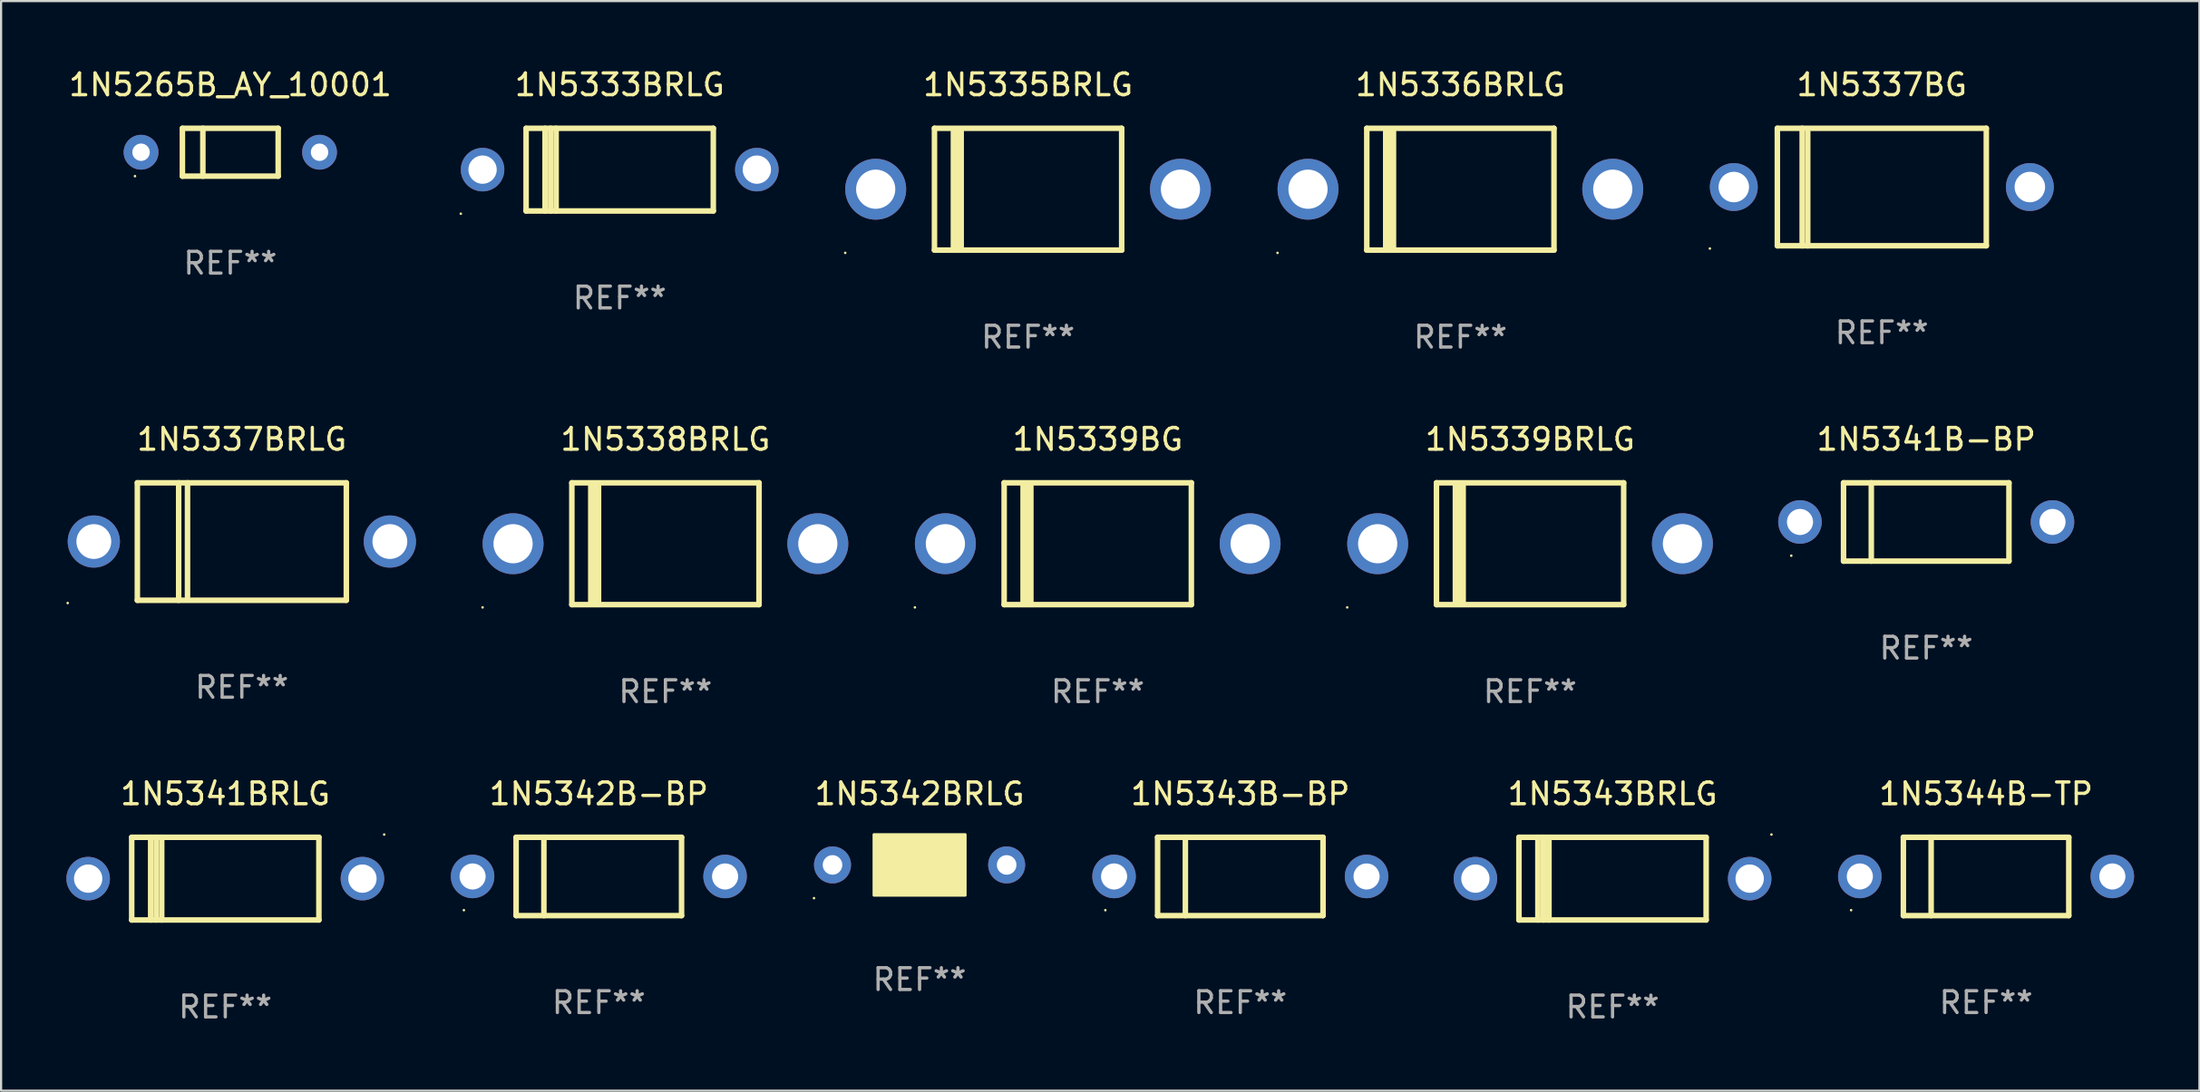
<source format=kicad_pcb>
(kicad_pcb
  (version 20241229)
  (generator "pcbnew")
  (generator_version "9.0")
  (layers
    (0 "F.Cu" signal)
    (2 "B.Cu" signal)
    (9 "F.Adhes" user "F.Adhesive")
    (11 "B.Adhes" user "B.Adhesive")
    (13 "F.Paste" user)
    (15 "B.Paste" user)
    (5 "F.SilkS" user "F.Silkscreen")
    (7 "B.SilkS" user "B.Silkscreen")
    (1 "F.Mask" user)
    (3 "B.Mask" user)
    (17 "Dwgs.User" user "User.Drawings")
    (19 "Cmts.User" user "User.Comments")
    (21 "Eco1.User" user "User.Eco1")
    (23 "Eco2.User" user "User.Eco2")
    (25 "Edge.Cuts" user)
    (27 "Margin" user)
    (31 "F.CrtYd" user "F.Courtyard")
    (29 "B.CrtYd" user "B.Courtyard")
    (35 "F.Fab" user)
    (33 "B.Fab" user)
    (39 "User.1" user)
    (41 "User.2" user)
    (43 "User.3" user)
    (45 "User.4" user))
  (footprint "1N5339BG"
    (layer "F.Cu")
    (at 47.38 21.945)
    (property "Reference" "1N5339BG" (at 0 -4.8 0) (layer "F.SilkS") (effects (font (size 1 1) (thickness 0.15))))
    (attr through_hole)
    (fp_line (start -4.3 -2.8) (end -4.3 2.8) (stroke (width 0.254) (type solid)) (layer "F.SilkS"))
    (fp_line (start -4.3 -2.8) (end 4.3 -2.8) (stroke (width 0.254) (type solid)) (layer "F.SilkS"))
    (fp_line (start -4.3 2.8) (end 4.3 2.8) (stroke (width 0.254) (type solid)) (layer "F.SilkS"))
    (fp_line (start -3.442 2.667) (end -3.442 -2.667) (stroke (width 0.229) (type solid)) (layer "F.SilkS"))
    (fp_line (start -3.315 2.667) (end -3.315 -2.667) (stroke (width 0.229) (type solid)) (layer "F.SilkS"))
    (fp_line (start -3.188 2.667) (end -3.188 -2.667) (stroke (width 0.229) (type solid)) (layer "F.SilkS"))
    (fp_line (start -3.061 2.667) (end -3.061 -2.667) (stroke (width 0.229) (type solid)) (layer "F.SilkS"))
    (fp_line (start 4.3 -2.8) (end 4.3 2.8) (stroke (width 0.254) (type solid)) (layer "F.SilkS"))
    (fp_circle (center -8.4 2.927) (end -8.37 2.927) (stroke (width 0.06) (type solid)) (fill no) (layer "F.SilkS"))
    (fp_text user "REF**" (at 0 6.8 0) (layer "F.Fab") (effects (font (size 1 1) (thickness 0.15))))
    (pad "1" thru_hole circle (at -7 0) (size 2.8 2.8) (drill 1.8) (layers "*.Cu" "*.Mask"))
    (pad "2" thru_hole circle (at 7 0) (size 2.8 2.8) (drill 1.8) (layers "*.Cu" "*.Mask")))
  (footprint "1N5342B-BP"
    (layer "F.Cu")
    (at 24.46 37.241)
    (property "Reference" "1N5342B-BP" (at 0 -3.8 0) (layer "F.SilkS") (effects (font (size 1 1) (thickness 0.15))))
    (attr through_hole)
    (fp_line (start -3.8 -1.8) (end -3.8 1.8) (stroke (width 0.254) (type solid)) (layer "F.SilkS"))
    (fp_line (start -3.8 -1.8) (end 3.8 -1.8) (stroke (width 0.254) (type solid)) (layer "F.SilkS"))
    (fp_line (start -3.8 1.8) (end 3.8 1.8) (stroke (width 0.254) (type solid)) (layer "F.SilkS"))
    (fp_line (start -2.524 -1.8) (end -2.524 1.8) (stroke (width 0.254) (type solid)) (layer "F.SilkS"))
    (fp_line (start 3.8 -1.8) (end 3.8 1.8) (stroke (width 0.254) (type solid)) (layer "F.SilkS"))
    (fp_circle (center -6.2 1.55) (end -6.17 1.55) (stroke (width 0.06) (type solid)) (fill no) (layer "F.SilkS"))
    (fp_text user "REF**" (at 0 5.8 0) (layer "F.Fab") (effects (font (size 1 1) (thickness 0.15))))
    (pad "1" thru_hole circle (at -5.8 0) (size 2 2) (drill 1.2) (layers "*.Cu" "*.Mask"))
    (pad "2" thru_hole circle (at 5.8 0) (size 2 2) (drill 1.2) (layers "*.Cu" "*.Mask")))
  (footprint "1N5341BRLG"
    (layer "F.Cu")
    (at 7.3 37.341)
    (property "Reference" "1N5341BRLG" (at 0 -3.9 0) (layer "F.SilkS") (effects (font (size 1 1) (thickness 0.15))))
    (attr through_hole)
    (fp_line (start -4.3 -1.9) (end 4.3 -1.9) (stroke (width 0.254) (type solid)) (layer "F.SilkS"))
    (fp_line (start -4.3 1.9) (end -4.3 -1.9) (stroke (width 0.254) (type solid)) (layer "F.SilkS"))
    (fp_line (start -3.429 1.9) (end -3.429 -1.9) (stroke (width 0.254) (type solid)) (layer "F.SilkS"))
    (fp_line (start -3.175 1.9) (end -3.175 -1.9) (stroke (width 0.254) (type solid)) (layer "F.SilkS"))
    (fp_line (start -2.921 1.9) (end -2.921 -1.9) (stroke (width 0.254) (type solid)) (layer "F.SilkS"))
    (fp_line (start 4.3 -1.9) (end 4.3 1.9) (stroke (width 0.254) (type solid)) (layer "F.SilkS"))
    (fp_line (start 4.3 1.9) (end -4.3 1.9) (stroke (width 0.254) (type solid)) (layer "F.SilkS"))
    (fp_circle (center 7.3 -2.027) (end 7.33 -2.027) (stroke (width 0.06) (type solid)) (fill no) (layer "F.SilkS"))
    (fp_text user "REF**" (at 0 5.9 0) (layer "F.Fab") (effects (font (size 1 1) (thickness 0.15))))
    (pad "1" thru_hole circle (at 6.3 0) (size 2 2) (drill 1.3) (layers "*.Cu" "*.Mask"))
    (pad "2" thru_hole circle (at -6.3 0) (size 2 2) (drill 1.3) (layers "*.Cu" "*.Mask")))
  (footprint "1N5337BRLG"
    (layer "F.Cu")
    (at 8.06 21.845)
    (property "Reference" "1N5337BRLG" (at 0 -4.7 0) (layer "F.SilkS") (effects (font (size 1 1) (thickness 0.15))))
    (attr through_hole)
    (fp_line (start -4.8 -2.7) (end -4.8 2.7) (stroke (width 0.254) (type solid)) (layer "F.SilkS"))
    (fp_line (start -4.8 -2.7) (end 4.8 -2.7) (stroke (width 0.254) (type solid)) (layer "F.SilkS"))
    (fp_line (start -2.902 -2.7) (end -2.902 2.7) (stroke (width 0.254) (type solid)) (layer "F.SilkS"))
    (fp_line (start -2.496 -2.7) (end -2.496 2.54) (stroke (width 0.254) (type solid)) (layer "F.SilkS"))
    (fp_line (start 4.8 -2.7) (end 4.8 2.7) (stroke (width 0.254) (type solid)) (layer "F.SilkS"))
    (fp_line (start 4.8 2.7) (end -4.8 2.7) (stroke (width 0.254) (type solid)) (layer "F.SilkS"))
    (fp_circle (center -8 2.827) (end -7.97 2.827) (stroke (width 0.06) (type solid)) (fill no) (layer "F.SilkS"))
    (fp_text user "REF**" (at 0 6.7 0) (layer "F.Fab") (effects (font (size 1 1) (thickness 0.15))))
    (pad "1" thru_hole circle (at -6.8 0) (size 2.4 2.4) (drill 1.6) (layers "*.Cu" "*.Mask"))
    (pad "2" thru_hole circle (at 6.8 0) (size 2.4 2.4) (drill 1.6) (layers "*.Cu" "*.Mask")))
  (footprint "1N5333BRLG"
    (layer "F.Cu")
    (at 25.419 4.748)
    (property "Reference" "1N5333BRLG" (at 0 -3.9 0) (layer "F.SilkS") (effects (font (size 1 1) (thickness 0.15))))
    (attr through_hole)
    (fp_line (start -4.3 -1.9) (end 4.3 -1.9) (stroke (width 0.254) (type solid)) (layer "F.SilkS"))
    (fp_line (start -4.3 1.9) (end -4.3 -1.9) (stroke (width 0.254) (type solid)) (layer "F.SilkS"))
    (fp_line (start -3.429 1.9) (end -3.429 -1.9) (stroke (width 0.254) (type solid)) (layer "F.SilkS"))
    (fp_line (start -3.175 1.9) (end -3.175 -1.9) (stroke (width 0.254) (type solid)) (layer "F.SilkS"))
    (fp_line (start -2.921 1.9) (end -2.921 -1.9) (stroke (width 0.254) (type solid)) (layer "F.SilkS"))
    (fp_line (start 4.3 -1.9) (end 4.3 1.9) (stroke (width 0.254) (type solid)) (layer "F.SilkS"))
    (fp_line (start 4.3 1.9) (end -4.3 1.9) (stroke (width 0.254) (type solid)) (layer "F.SilkS"))
    (fp_circle (center -7.3 2.027) (end -7.27 2.027) (stroke (width 0.06) (type solid)) (fill no) (layer "F.SilkS"))
    (fp_text user "REF**" (at 0 5.9 0) (layer "F.Fab") (effects (font (size 1 1) (thickness 0.15))))
    (pad "1" thru_hole circle (at -6.3 0) (size 2 2) (drill 1.3) (layers "*.Cu" "*.Mask"))
    (pad "2" thru_hole circle (at 6.3 0) (size 2 2) (drill 1.3) (layers "*.Cu" "*.Mask")))
  (footprint "1N5341B-BP"
    (layer "F.Cu")
    (at 85.44 20.945)
    (property "Reference" "1N5341B-BP" (at 0 -3.8 0) (layer "F.SilkS") (effects (font (size 1 1) (thickness 0.15))))
    (attr through_hole)
    (fp_line (start -3.8 -1.8) (end -3.8 1.8) (stroke (width 0.254) (type solid)) (layer "F.SilkS"))
    (fp_line (start -3.8 -1.8) (end 3.8 -1.8) (stroke (width 0.254) (type solid)) (layer "F.SilkS"))
    (fp_line (start -3.8 1.8) (end 3.8 1.8) (stroke (width 0.254) (type solid)) (layer "F.SilkS"))
    (fp_line (start -2.524 -1.8) (end -2.524 1.8) (stroke (width 0.254) (type solid)) (layer "F.SilkS"))
    (fp_line (start 3.8 -1.8) (end 3.8 1.8) (stroke (width 0.254) (type solid)) (layer "F.SilkS"))
    (fp_circle (center -6.2 1.55) (end -6.17 1.55) (stroke (width 0.06) (type solid)) (fill no) (layer "F.SilkS"))
    (fp_text user "REF**" (at 0 5.8 0) (layer "F.Fab") (effects (font (size 1 1) (thickness 0.15))))
    (pad "1" thru_hole circle (at -5.8 0) (size 2 2) (drill 1.2) (layers "*.Cu" "*.Mask"))
    (pad "2" thru_hole circle (at 5.8 0) (size 2 2) (drill 1.2) (layers "*.Cu" "*.Mask")))
  (footprint "1N5342BRLG"
    (layer "F.Cu")
    (at 39.195 36.711)
    (property "Reference" "1N5342BRLG" (at 0 -3.27 0) (layer "F.SilkS") (effects (font (size 1 1) (thickness 0.15))))
    (attr through_hole)
    (fp_line (start 1.27 -1.27) (end 1.27 1.27) (stroke (width 0.229) (type solid)) (layer "F.SilkS"))
    (fp_circle (center -4.85 1.527) (end -4.82 1.527) (stroke (width 0.06) (type solid)) (fill no) (layer "F.SilkS"))
    (fp_poly (pts (xy -2.1 -1.4) (xy 2.1 -1.4) (xy 2.1 1.4) (xy -2.1 1.4)) (stroke (width 0.12) (type solid)) (fill yes) (layer "F.SilkS"))
    (fp_text user "REF**" (at 0 5.27 0) (layer "F.Fab") (effects (font (size 1 1) (thickness 0.15))))
    (pad "1" thru_hole circle (at -4 0) (size 1.7 1.7) (drill 0.9) (layers "*.Cu" "*.Mask"))
    (pad "2" thru_hole circle (at 4 0) (size 1.7 1.7) (drill 0.9) (layers "*.Cu" "*.Mask")))
  (footprint "1N5343B-BP"
    (layer "F.Cu")
    (at 53.929 37.241)
    (property "Reference" "1N5343B-BP" (at 0 -3.8 0) (layer "F.SilkS") (effects (font (size 1 1) (thickness 0.15))))
    (attr through_hole)
    (fp_line (start -3.8 -1.8) (end -3.8 1.8) (stroke (width 0.254) (type solid)) (layer "F.SilkS"))
    (fp_line (start -3.8 -1.8) (end 3.8 -1.8) (stroke (width 0.254) (type solid)) (layer "F.SilkS"))
    (fp_line (start -3.8 1.8) (end 3.8 1.8) (stroke (width 0.254) (type solid)) (layer "F.SilkS"))
    (fp_line (start -2.524 -1.8) (end -2.524 1.8) (stroke (width 0.254) (type solid)) (layer "F.SilkS"))
    (fp_line (start 3.8 -1.8) (end 3.8 1.8) (stroke (width 0.254) (type solid)) (layer "F.SilkS"))
    (fp_circle (center -6.2 1.55) (end -6.17 1.55) (stroke (width 0.06) (type solid)) (fill no) (layer "F.SilkS"))
    (fp_text user "REF**" (at 0 5.8 0) (layer "F.Fab") (effects (font (size 1 1) (thickness 0.15))))
    (pad "1" thru_hole circle (at -5.8 0) (size 2 2) (drill 1.2) (layers "*.Cu" "*.Mask"))
    (pad "2" thru_hole circle (at 5.8 0) (size 2 2) (drill 1.2) (layers "*.Cu" "*.Mask")))
  (footprint "1N5344B-TP"
    (layer "F.Cu")
    (at 88.189 37.241)
    (property "Reference" "1N5344B-TP" (at 0 -3.8 0) (layer "F.SilkS") (effects (font (size 1 1) (thickness 0.15))))
    (attr through_hole)
    (fp_line (start -3.8 -1.8) (end -3.8 1.8) (stroke (width 0.254) (type solid)) (layer "F.SilkS"))
    (fp_line (start -3.8 -1.8) (end 3.8 -1.8) (stroke (width 0.254) (type solid)) (layer "F.SilkS"))
    (fp_line (start -3.8 1.8) (end 3.8 1.8) (stroke (width 0.254) (type solid)) (layer "F.SilkS"))
    (fp_line (start -2.524 -1.8) (end -2.524 1.8) (stroke (width 0.254) (type solid)) (layer "F.SilkS"))
    (fp_line (start 3.8 -1.8) (end 3.8 1.8) (stroke (width 0.254) (type solid)) (layer "F.SilkS"))
    (fp_circle (center -6.2 1.55) (end -6.17 1.55) (stroke (width 0.06) (type solid)) (fill no) (layer "F.SilkS"))
    (fp_text user "REF**" (at 0 5.8 0) (layer "F.Fab") (effects (font (size 1 1) (thickness 0.15))))
    (pad "1" thru_hole circle (at -5.8 0) (size 2 2) (drill 1.2) (layers "*.Cu" "*.Mask"))
    (pad "2" thru_hole circle (at 5.8 0) (size 2 2) (drill 1.2) (layers "*.Cu" "*.Mask")))
  (footprint "1N5336BRLG"
    (layer "F.Cu")
    (at 64.039 5.648)
    (property "Reference" "1N5336BRLG" (at 0 -4.8 0) (layer "F.SilkS") (effects (font (size 1 1) (thickness 0.15))))
    (attr through_hole)
    (fp_line (start -4.3 -2.8) (end -4.3 2.8) (stroke (width 0.254) (type solid)) (layer "F.SilkS"))
    (fp_line (start -4.3 -2.8) (end 4.3 -2.8) (stroke (width 0.254) (type solid)) (layer "F.SilkS"))
    (fp_line (start -4.3 2.8) (end 4.3 2.8) (stroke (width 0.254) (type solid)) (layer "F.SilkS"))
    (fp_line (start -3.442 2.667) (end -3.442 -2.667) (stroke (width 0.229) (type solid)) (layer "F.SilkS"))
    (fp_line (start -3.315 2.667) (end -3.315 -2.667) (stroke (width 0.229) (type solid)) (layer "F.SilkS"))
    (fp_line (start -3.188 2.667) (end -3.188 -2.667) (stroke (width 0.229) (type solid)) (layer "F.SilkS"))
    (fp_line (start -3.061 2.667) (end -3.061 -2.667) (stroke (width 0.229) (type solid)) (layer "F.SilkS"))
    (fp_line (start 4.3 -2.8) (end 4.3 2.8) (stroke (width 0.254) (type solid)) (layer "F.SilkS"))
    (fp_circle (center -8.4 2.927) (end -8.37 2.927) (stroke (width 0.06) (type solid)) (fill no) (layer "F.SilkS"))
    (fp_text user "REF**" (at 0 6.8 0) (layer "F.Fab") (effects (font (size 1 1) (thickness 0.15))))
    (pad "1" thru_hole circle (at -7 0) (size 2.8 2.8) (drill 1.8) (layers "*.Cu" "*.Mask"))
    (pad "2" thru_hole circle (at 7 0) (size 2.8 2.8) (drill 1.8) (layers "*.Cu" "*.Mask")))
  (footprint "1N5339BRLG"
    (layer "F.Cu")
    (at 67.24 21.945)
    (property "Reference" "1N5339BRLG" (at 0 -4.8 0) (layer "F.SilkS") (effects (font (size 1 1) (thickness 0.15))))
    (attr through_hole)
    (fp_line (start -4.3 -2.8) (end -4.3 2.8) (stroke (width 0.254) (type solid)) (layer "F.SilkS"))
    (fp_line (start -4.3 -2.8) (end 4.3 -2.8) (stroke (width 0.254) (type solid)) (layer "F.SilkS"))
    (fp_line (start -4.3 2.8) (end 4.3 2.8) (stroke (width 0.254) (type solid)) (layer "F.SilkS"))
    (fp_line (start -3.442 2.667) (end -3.442 -2.667) (stroke (width 0.229) (type solid)) (layer "F.SilkS"))
    (fp_line (start -3.315 2.667) (end -3.315 -2.667) (stroke (width 0.229) (type solid)) (layer "F.SilkS"))
    (fp_line (start -3.188 2.667) (end -3.188 -2.667) (stroke (width 0.229) (type solid)) (layer "F.SilkS"))
    (fp_line (start -3.061 2.667) (end -3.061 -2.667) (stroke (width 0.229) (type solid)) (layer "F.SilkS"))
    (fp_line (start 4.3 -2.8) (end 4.3 2.8) (stroke (width 0.254) (type solid)) (layer "F.SilkS"))
    (fp_circle (center -8.4 2.927) (end -8.37 2.927) (stroke (width 0.06) (type solid)) (fill no) (layer "F.SilkS"))
    (fp_text user "REF**" (at 0 6.8 0) (layer "F.Fab") (effects (font (size 1 1) (thickness 0.15))))
    (pad "1" thru_hole circle (at -7 0) (size 2.8 2.8) (drill 1.8) (layers "*.Cu" "*.Mask"))
    (pad "2" thru_hole circle (at 7 0) (size 2.8 2.8) (drill 1.8) (layers "*.Cu" "*.Mask")))
  (footprint "1N5265B_AY_10001"
    (layer "F.Cu")
    (at 7.53 3.948)
    (property "Reference" "1N5265B_AY_10001" (at 0 -3.1 0) (layer "F.SilkS") (effects (font (size 1 1) (thickness 0.15))))
    (attr through_hole)
    (fp_line (start -2.2 -1.1) (end -2.2 1.1) (stroke (width 0.254) (type solid)) (layer "F.SilkS"))
    (fp_line (start -2.2 -1.1) (end 2.2 -1.1) (stroke (width 0.254) (type solid)) (layer "F.SilkS"))
    (fp_line (start -2.2 1.1) (end 2.2 1.1) (stroke (width 0.254) (type solid)) (layer "F.SilkS"))
    (fp_line (start -1.261 -1.1) (end -1.261 1.1) (stroke (width 0.254) (type solid)) (layer "F.SilkS"))
    (fp_line (start 2.2 -1.1) (end 2.2 1.1) (stroke (width 0.254) (type solid)) (layer "F.SilkS"))
    (fp_circle (center -4.38 1.1) (end -4.35 1.1) (stroke (width 0.06) (type solid)) (fill no) (layer "F.SilkS"))
    (fp_text user "REF**" (at 0 5.1 0) (layer "F.Fab") (effects (font (size 1 1) (thickness 0.15))))
    (pad "1" thru_hole circle (at -4.1 0) (size 1.6 1.6) (drill 0.8) (layers "*.Cu" "*.Mask"))
    (pad "2" thru_hole circle (at 4.1 0) (size 1.6 1.6) (drill 0.8) (layers "*.Cu" "*.Mask")))
  (footprint "1N5338BRLG"
    (layer "F.Cu")
    (at 27.52 21.945)
    (property "Reference" "1N5338BRLG" (at 0 -4.8 0) (layer "F.SilkS") (effects (font (size 1 1) (thickness 0.15))))
    (attr through_hole)
    (fp_line (start -4.3 -2.8) (end -4.3 2.8) (stroke (width 0.254) (type solid)) (layer "F.SilkS"))
    (fp_line (start -4.3 -2.8) (end 4.3 -2.8) (stroke (width 0.254) (type solid)) (layer "F.SilkS"))
    (fp_line (start -4.3 2.8) (end 4.3 2.8) (stroke (width 0.254) (type solid)) (layer "F.SilkS"))
    (fp_line (start -3.442 2.667) (end -3.442 -2.667) (stroke (width 0.229) (type solid)) (layer "F.SilkS"))
    (fp_line (start -3.315 2.667) (end -3.315 -2.667) (stroke (width 0.229) (type solid)) (layer "F.SilkS"))
    (fp_line (start -3.188 2.667) (end -3.188 -2.667) (stroke (width 0.229) (type solid)) (layer "F.SilkS"))
    (fp_line (start -3.061 2.667) (end -3.061 -2.667) (stroke (width 0.229) (type solid)) (layer "F.SilkS"))
    (fp_line (start 4.3 -2.8) (end 4.3 2.8) (stroke (width 0.254) (type solid)) (layer "F.SilkS"))
    (fp_circle (center -8.4 2.927) (end -8.37 2.927) (stroke (width 0.06) (type solid)) (fill no) (layer "F.SilkS"))
    (fp_text user "REF**" (at 0 6.8 0) (layer "F.Fab") (effects (font (size 1 1) (thickness 0.15))))
    (pad "1" thru_hole circle (at -7 0) (size 2.8 2.8) (drill 1.8) (layers "*.Cu" "*.Mask"))
    (pad "2" thru_hole circle (at 7 0) (size 2.8 2.8) (drill 1.8) (layers "*.Cu" "*.Mask")))
  (footprint "1N5337BG"
    (layer "F.Cu")
    (at 83.4 5.548)
    (property "Reference" "1N5337BG" (at 0 -4.7 0) (layer "F.SilkS") (effects (font (size 1 1) (thickness 0.15))))
    (attr through_hole)
    (fp_line (start -4.8 -2.7) (end 4.8 -2.7) (stroke (width 0.254) (type solid)) (layer "F.SilkS"))
    (fp_line (start -4.8 2.7) (end -4.8 -2.7) (stroke (width 0.254) (type solid)) (layer "F.SilkS"))
    (fp_line (start -3.658 2.7) (end -3.658 -2.7) (stroke (width 0.254) (type solid)) (layer "F.SilkS"))
    (fp_line (start -3.404 2.7) (end -3.404 -2.54) (stroke (width 0.254) (type solid)) (layer "F.SilkS"))
    (fp_line (start 4.8 2.7) (end -4.8 2.7) (stroke (width 0.254) (type solid)) (layer "F.SilkS"))
    (fp_line (start 4.8 2.7) (end 4.8 -2.7) (stroke (width 0.254) (type solid)) (layer "F.SilkS"))
    (fp_circle (center -7.9 2.827) (end -7.87 2.827) (stroke (width 0.06) (type solid)) (fill no) (layer "F.SilkS"))
    (fp_text user "REF**" (at 0 6.7 0) (layer "F.Fab") (effects (font (size 1 1) (thickness 0.15))))
    (pad "1" thru_hole circle (at -6.8 0) (size 2.2 2.2) (drill 1.4) (layers "*.Cu" "*.Mask"))
    (pad "2" thru_hole circle (at 6.8 0) (size 2.2 2.2) (drill 1.4) (layers "*.Cu" "*.Mask")))
  (footprint "1N5343BRLG"
    (layer "F.Cu")
    (at 71.029 37.341)
    (property "Reference" "1N5343BRLG" (at 0 -3.9 0) (layer "F.SilkS") (effects (font (size 1 1) (thickness 0.15))))
    (attr through_hole)
    (fp_line (start -4.3 -1.9) (end 4.3 -1.9) (stroke (width 0.254) (type solid)) (layer "F.SilkS"))
    (fp_line (start -4.3 1.9) (end -4.3 -1.9) (stroke (width 0.254) (type solid)) (layer "F.SilkS"))
    (fp_line (start -3.429 1.9) (end -3.429 -1.9) (stroke (width 0.254) (type solid)) (layer "F.SilkS"))
    (fp_line (start -3.175 1.9) (end -3.175 -1.9) (stroke (width 0.254) (type solid)) (layer "F.SilkS"))
    (fp_line (start -2.921 1.9) (end -2.921 -1.9) (stroke (width 0.254) (type solid)) (layer "F.SilkS"))
    (fp_line (start 4.3 -1.9) (end 4.3 1.9) (stroke (width 0.254) (type solid)) (layer "F.SilkS"))
    (fp_line (start 4.3 1.9) (end -4.3 1.9) (stroke (width 0.254) (type solid)) (layer "F.SilkS"))
    (fp_circle (center 7.3 -2.027) (end 7.33 -2.027) (stroke (width 0.06) (type solid)) (fill no) (layer "F.SilkS"))
    (fp_text user "REF**" (at 0 5.9 0) (layer "F.Fab") (effects (font (size 1 1) (thickness 0.15))))
    (pad "1" thru_hole circle (at 6.3 0) (size 2 2) (drill 1.3) (layers "*.Cu" "*.Mask"))
    (pad "2" thru_hole circle (at -6.3 0) (size 2 2) (drill 1.3) (layers "*.Cu" "*.Mask")))
  (footprint "1N5335BRLG"
    (layer "F.Cu")
    (at 44.179 5.648)
    (property "Reference" "1N5335BRLG" (at 0 -4.8 0) (layer "F.SilkS") (effects (font (size 1 1) (thickness 0.15))))
    (attr through_hole)
    (fp_line (start -4.3 -2.8) (end -4.3 2.8) (stroke (width 0.254) (type solid)) (layer "F.SilkS"))
    (fp_line (start -4.3 -2.8) (end 4.3 -2.8) (stroke (width 0.254) (type solid)) (layer "F.SilkS"))
    (fp_line (start -4.3 2.8) (end 4.3 2.8) (stroke (width 0.254) (type solid)) (layer "F.SilkS"))
    (fp_line (start -3.442 2.667) (end -3.442 -2.667) (stroke (width 0.229) (type solid)) (layer "F.SilkS"))
    (fp_line (start -3.315 2.667) (end -3.315 -2.667) (stroke (width 0.229) (type solid)) (layer "F.SilkS"))
    (fp_line (start -3.188 2.667) (end -3.188 -2.667) (stroke (width 0.229) (type solid)) (layer "F.SilkS"))
    (fp_line (start -3.061 2.667) (end -3.061 -2.667) (stroke (width 0.229) (type solid)) (layer "F.SilkS"))
    (fp_line (start 4.3 -2.8) (end 4.3 2.8) (stroke (width 0.254) (type solid)) (layer "F.SilkS"))
    (fp_circle (center -8.4 2.927) (end -8.37 2.927) (stroke (width 0.06) (type solid)) (fill no) (layer "F.SilkS"))
    (fp_text user "REF**" (at 0 6.8 0) (layer "F.Fab") (effects (font (size 1 1) (thickness 0.15))))
    (pad "1" thru_hole circle (at -7 0) (size 2.8 2.8) (drill 1.8) (layers "*.Cu" "*.Mask"))
    (pad "2" thru_hole circle (at 7 0) (size 2.8 2.8) (drill 1.8) (layers "*.Cu" "*.Mask")))
  (gr_rect
    (start -3 -3)
    (end 97.99 47.09)
    (stroke (width 0.1) (type default))
    (fill no)
    (layer "Edge.Cuts")))
</source>
